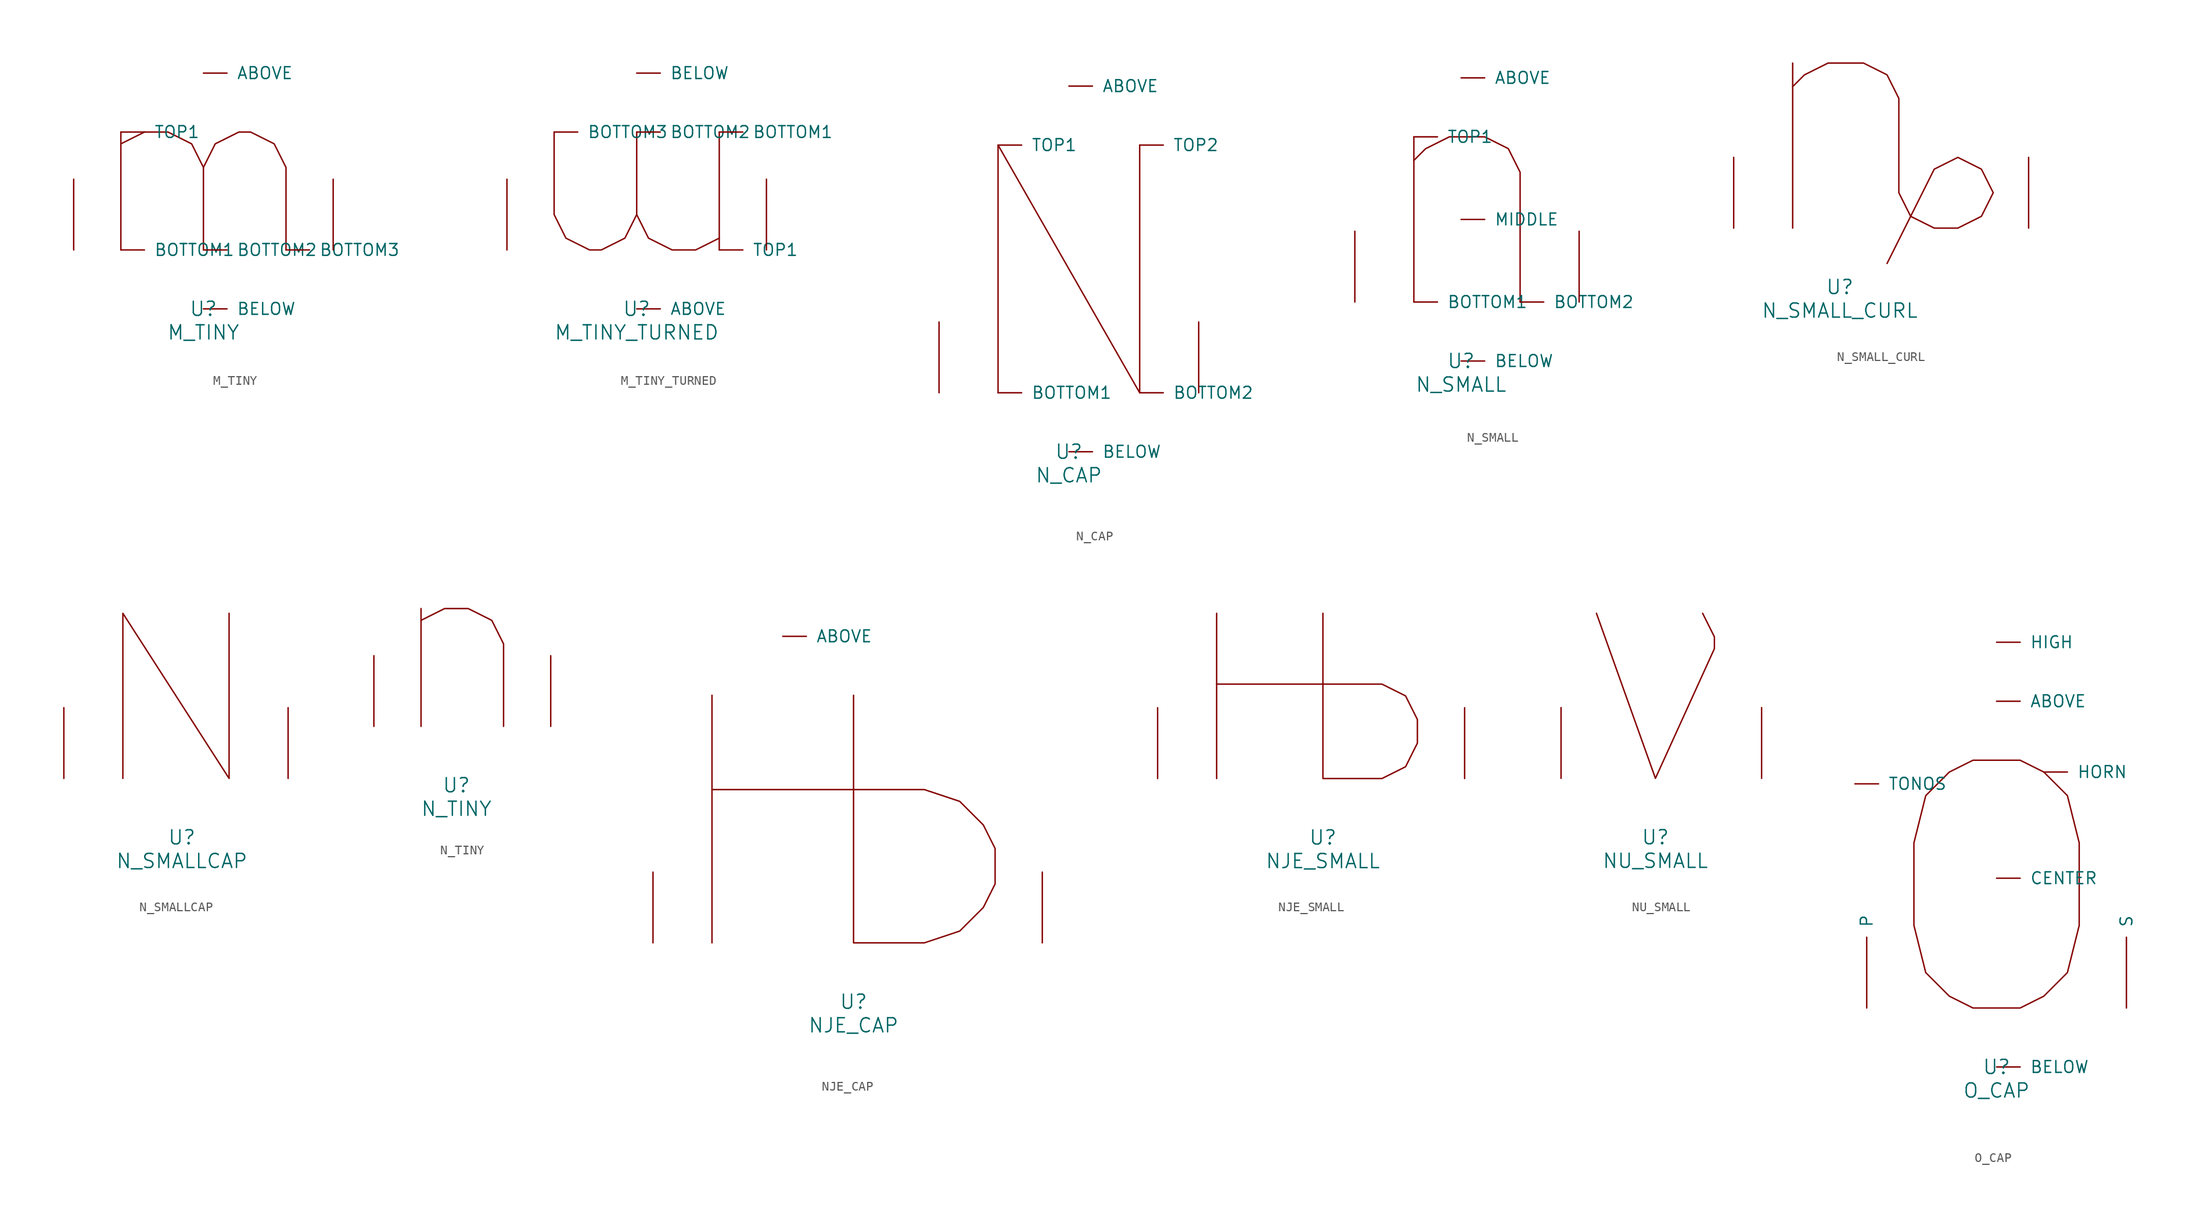
<source format=kicad_sym>
(kicad_symbol_lib
  (version 20220914)
  (generator font_lib2sym)
  (symbol "M_TINY"
    (pin_names
      (offset 1.016))
    (property "Reference" "U"
      (at 0 -6.35 0)
      (effects (font (size 1.524 1.524))))
    (property "Value" "M_TINY"
      (at 0 -8.89 0)
      (effects (font (size 1.524 1.524))))
    (symbol "M_TINY_0_1"
      (polyline (pts (xy -8.89 0) (xy -8.89 12.7)) (stroke (width 0) (type solid)) (fill (type none)))
      (polyline (pts (xy -8.89 11.43) (xy -6.35 12.7) (xy -3.81 12.7) (xy -1.27 11.43) (xy 0 8.89) (xy 0 0)) (stroke (width 0) (type solid)) (fill (type none)))
      (polyline (pts (xy 0 8.89) (xy 1.27 11.43) (xy 3.81 12.7) (xy 5.08 12.7) (xy 7.62 11.43) (xy 8.89 8.89) (xy 8.89 0)) (stroke (width 0) (type solid)) (fill (type none)))
      (pin input line (at 0 19.05 0) (length 2.54) (name "ABOVE" (effects (font (size 1.27 1.27)))) (number "~" (effects (font (size 1.27 1.27)))))
      (pin input line (at 0 -6.35 0) (length 2.54) (name "BELOW" (effects (font (size 1.27 1.27)))) (number "~" (effects (font (size 1.27 1.27)))))
      (pin input line (at -8.89 0 0) (length 2.54) (name "BOTTOM1" (effects (font (size 1.27 1.27)))) (number "~" (effects (font (size 1.27 1.27)))))
      (pin input line (at 0 0 0) (length 2.54) (name "BOTTOM2" (effects (font (size 1.27 1.27)))) (number "~" (effects (font (size 1.27 1.27)))))
      (pin input line (at 8.89 0 0) (length 2.54) (name "BOTTOM3" (effects (font (size 1.27 1.27)))) (number "~" (effects (font (size 1.27 1.27)))))
      (pin input line (at -8.89 12.7 0) (length 2.54) (name "TOP1" (effects (font (size 1.27 1.27)))) (number "~" (effects (font (size 1.27 1.27)))))
      (pin input line (at -13.97 0 90) (length 7.62) (name "~" (effects (font (size 1.27 1.27)))) (number "~" (effects (font (size 1.27 1.27)))))
      (pin input line (at 13.97 0 90) (length 7.62) (name "~" (effects (font (size 1.27 1.27)))) (number "~" (effects (font (size 1.27 1.27)))))))
  (symbol "M_TINY_TURNED"
    (pin_names
      (offset 1.016))
    (property "Reference" "U"
      (at 0 -6.35 0)
      (effects (font (size 1.524 1.524))))
    (property "Value" "M_TINY_TURNED"
      (at 0 -8.89 0)
      (effects (font (size 1.524 1.524))))
    (symbol "M_TINY_TURNED_0_1"
      (polyline (pts (xy 8.89 12.7) (xy 8.89 0)) (stroke (width 0) (type solid)) (fill (type none)))
      (polyline (pts (xy 8.89 1.27) (xy 6.35 0) (xy 3.81 0) (xy 1.27 1.27) (xy 0 3.81) (xy 0 12.7)) (stroke (width 0) (type solid)) (fill (type none)))
      (polyline (pts (xy 0 3.81) (xy -1.27 1.27) (xy -3.81 0) (xy -5.08 0) (xy -7.62 1.27) (xy -8.89 3.81) (xy -8.89 12.7)) (stroke (width 0) (type solid)) (fill (type none)))
      (pin input line (at 0 -6.35 0) (length 2.54) (name "ABOVE" (effects (font (size 1.27 1.27)))) (number "~" (effects (font (size 1.27 1.27)))))
      (pin input line (at 0 19.05 0) (length 2.54) (name "BELOW" (effects (font (size 1.27 1.27)))) (number "~" (effects (font (size 1.27 1.27)))))
      (pin input line (at 8.89 12.7 0) (length 2.54) (name "BOTTOM1" (effects (font (size 1.27 1.27)))) (number "~" (effects (font (size 1.27 1.27)))))
      (pin input line (at 0 12.7 0) (length 2.54) (name "BOTTOM2" (effects (font (size 1.27 1.27)))) (number "~" (effects (font (size 1.27 1.27)))))
      (pin input line (at -8.89 12.7 0) (length 2.54) (name "BOTTOM3" (effects (font (size 1.27 1.27)))) (number "~" (effects (font (size 1.27 1.27)))))
      (pin input line (at 8.89 0 0) (length 2.54) (name "TOP1" (effects (font (size 1.27 1.27)))) (number "~" (effects (font (size 1.27 1.27)))))
      (pin input line (at -13.97 0 90) (length 7.62) (name "~" (effects (font (size 1.27 1.27)))) (number "~" (effects (font (size 1.27 1.27)))))
      (pin input line (at 13.97 0 90) (length 7.62) (name "~" (effects (font (size 1.27 1.27)))) (number "~" (effects (font (size 1.27 1.27)))))))
  (symbol "N_CAP"
    (pin_names
      (offset 1.016))
    (property "Reference" "U"
      (at 0 -6.35 0)
      (effects (font (size 1.524 1.524))))
    (property "Value" "N_CAP"
      (at 0 -8.89 0)
      (effects (font (size 1.524 1.524))))
    (symbol "N_CAP_0_1"
      (polyline (pts (xy -7.62 0) (xy -7.62 26.67) (xy 7.62 0) (xy 7.62 26.67)) (stroke (width 0) (type solid)) (fill (type none)))
      (pin input line (at 0 33.02 0) (length 2.54) (name "ABOVE" (effects (font (size 1.27 1.27)))) (number "~" (effects (font (size 1.27 1.27)))))
      (pin input line (at 0 -6.35 0) (length 2.54) (name "BELOW" (effects (font (size 1.27 1.27)))) (number "~" (effects (font (size 1.27 1.27)))))
      (pin input line (at -7.62 0 0) (length 2.54) (name "BOTTOM1" (effects (font (size 1.27 1.27)))) (number "~" (effects (font (size 1.27 1.27)))))
      (pin input line (at 7.62 0 0) (length 2.54) (name "BOTTOM2" (effects (font (size 1.27 1.27)))) (number "~" (effects (font (size 1.27 1.27)))))
      (pin input line (at -7.62 26.67 0) (length 2.54) (name "TOP1" (effects (font (size 1.27 1.27)))) (number "~" (effects (font (size 1.27 1.27)))))
      (pin input line (at 7.62 26.67 0) (length 2.54) (name "TOP2" (effects (font (size 1.27 1.27)))) (number "~" (effects (font (size 1.27 1.27)))))
      (pin input line (at -13.97 0 90) (length 7.62) (name "~" (effects (font (size 1.27 1.27)))) (number "~" (effects (font (size 1.27 1.27)))))
      (pin input line (at 13.97 0 90) (length 7.62) (name "~" (effects (font (size 1.27 1.27)))) (number "~" (effects (font (size 1.27 1.27)))))))
  (symbol "N_SMALL"
    (pin_names
      (offset 1.016))
    (property "Reference" "U"
      (at 0 -6.35 0)
      (effects (font (size 1.524 1.524))))
    (property "Value" "N_SMALL"
      (at 0 -8.89 0)
      (effects (font (size 1.524 1.524))))
    (symbol "N_SMALL_0_1"
      (polyline (pts (xy -5.08 17.78) (xy -5.08 0)) (stroke (width 0) (type solid)) (fill (type none)))
      (polyline (pts (xy -5.08 15.24) (xy -3.81 16.51) (xy -1.27 17.78) (xy 2.54 17.78) (xy 5.08 16.51) (xy 6.35 13.97) (xy 6.35 0)) (stroke (width 0) (type solid)) (fill (type none)))
      (pin input line (at 0 24.13 0) (length 2.54) (name "ABOVE" (effects (font (size 1.27 1.27)))) (number "~" (effects (font (size 1.27 1.27)))))
      (pin input line (at 0 -6.35 0) (length 2.54) (name "BELOW" (effects (font (size 1.27 1.27)))) (number "~" (effects (font (size 1.27 1.27)))))
      (pin input line (at -5.08 0 0) (length 2.54) (name "BOTTOM1" (effects (font (size 1.27 1.27)))) (number "~" (effects (font (size 1.27 1.27)))))
      (pin input line (at 6.35 0 0) (length 2.54) (name "BOTTOM2" (effects (font (size 1.27 1.27)))) (number "~" (effects (font (size 1.27 1.27)))))
      (pin input line (at 0 8.89 0) (length 2.54) (name "MIDDLE" (effects (font (size 1.27 1.27)))) (number "~" (effects (font (size 1.27 1.27)))))
      (pin input line (at -5.08 17.78 0) (length 2.54) (name "TOP1" (effects (font (size 1.27 1.27)))) (number "~" (effects (font (size 1.27 1.27)))))
      (pin input line (at -11.43 0 90) (length 7.62) (name "~" (effects (font (size 1.27 1.27)))) (number "~" (effects (font (size 1.27 1.27)))))
      (pin input line (at 12.7 0 90) (length 7.62) (name "~" (effects (font (size 1.27 1.27)))) (number "~" (effects (font (size 1.27 1.27)))))))
  (symbol "N_SMALL_CURL"
    (pin_names
      (offset 1.016))
    (property "Reference" "U"
      (at 0 -6.35 0)
      (effects (font (size 1.524 1.524))))
    (property "Value" "N_SMALL_CURL"
      (at 0 -8.89 0)
      (effects (font (size 1.524 1.524))))
    (symbol "N_SMALL_CURL_0_1"
      (polyline (pts (xy -5.08 17.78) (xy -5.08 0)) (stroke (width 0) (type solid)) (fill (type none)))
      (polyline (pts (xy -5.08 15.24) (xy -3.81 16.51) (xy -1.27 17.78) (xy 2.54 17.78) (xy 5.08 16.51) (xy 6.35 13.97) (xy 6.35 3.81) (xy 7.62 1.27) (xy 10.16 0) (xy 12.7 0) (xy 15.24 1.27) (xy 16.51 3.81) (xy 15.24 6.35) (xy 12.7 7.62) (xy 10.16 6.35) (xy 5.08 -3.81)) (stroke (width 0) (type solid)) (fill (type none)))
      (pin input line (at -11.43 0 90) (length 7.62) (name "~" (effects (font (size 1.27 1.27)))) (number "~" (effects (font (size 1.27 1.27)))))
      (pin input line (at 20.32 0 90) (length 7.62) (name "~" (effects (font (size 1.27 1.27)))) (number "~" (effects (font (size 1.27 1.27)))))))
  (symbol "N_SMALLCAP"
    (pin_names
      (offset 1.016))
    (property "Reference" "U"
      (at 0 -6.35 0)
      (effects (font (size 1.524 1.524))))
    (property "Value" "N_SMALLCAP"
      (at 0 -8.89 0)
      (effects (font (size 1.524 1.524))))
    (symbol "N_SMALLCAP_0_1"
      (polyline (pts (xy -6.35 0) (xy -6.35 17.78) (xy 5.08 0) (xy 5.08 17.78)) (stroke (width 0) (type solid)) (fill (type none)))
      (pin input line (at -12.7 0 90) (length 7.62) (name "~" (effects (font (size 1.27 1.27)))) (number "~" (effects (font (size 1.27 1.27)))))
      (pin input line (at 11.43 0 90) (length 7.62) (name "~" (effects (font (size 1.27 1.27)))) (number "~" (effects (font (size 1.27 1.27)))))))
  (symbol "N_TINY"
    (pin_names
      (offset 1.016))
    (property "Reference" "U"
      (at 0 -6.35 0)
      (effects (font (size 1.524 1.524))))
    (property "Value" "N_TINY"
      (at 0 -8.89 0)
      (effects (font (size 1.524 1.524))))
    (symbol "N_TINY_0_1"
      (polyline (pts (xy -3.81 12.7) (xy -3.81 0)) (stroke (width 0) (type solid)) (fill (type none)))
      (polyline (pts (xy -3.81 11.43) (xy -1.27 12.7) (xy 1.27 12.7) (xy 3.81 11.43) (xy 5.08 8.89) (xy 5.08 0)) (stroke (width 0) (type solid)) (fill (type none)))
      (pin input line (at -8.89 0 90) (length 7.62) (name "~" (effects (font (size 1.27 1.27)))) (number "~" (effects (font (size 1.27 1.27)))))
      (pin input line (at 10.16 0 90) (length 7.62) (name "~" (effects (font (size 1.27 1.27)))) (number "~" (effects (font (size 1.27 1.27)))))))
  (symbol "NJE_CAP"
    (pin_names
      (offset 1.016))
    (property "Reference" "U"
      (at 0 -6.35 0)
      (effects (font (size 1.524 1.524))))
    (property "Value" "NJE_CAP"
      (at 0 -8.89 0)
      (effects (font (size 1.524 1.524))))
    (symbol "NJE_CAP_0_1"
      (polyline (pts (xy -15.24 0) (xy -15.24 26.67)) (stroke (width 0) (type solid)) (fill (type none)))
      (polyline (pts (xy 0 26.67) (xy 0 0) (xy 7.62 0) (xy 11.43 1.27) (xy 13.97 3.81) (xy 15.24 6.35) (xy 15.24 10.16) (xy 13.97 12.7) (xy 11.43 15.24) (xy 7.62 16.51) (xy -15.24 16.51)) (stroke (width 0) (type solid)) (fill (type none)))
      (pin input line (at -7.62 33.02 0) (length 2.54) (name "ABOVE" (effects (font (size 1.27 1.27)))) (number "~" (effects (font (size 1.27 1.27)))))
      (pin input line (at -21.59 0 90) (length 7.62) (name "~" (effects (font (size 1.27 1.27)))) (number "~" (effects (font (size 1.27 1.27)))))
      (pin input line (at 20.32 0 90) (length 7.62) (name "~" (effects (font (size 1.27 1.27)))) (number "~" (effects (font (size 1.27 1.27)))))))
  (symbol "NJE_SMALL"
    (pin_names
      (offset 1.016))
    (property "Reference" "U"
      (at 0 -6.35 0)
      (effects (font (size 1.524 1.524))))
    (property "Value" "NJE_SMALL"
      (at 0 -8.89 0)
      (effects (font (size 1.524 1.524))))
    (symbol "NJE_SMALL_0_1"
      (polyline (pts (xy -11.43 17.78) (xy -11.43 0)) (stroke (width 0) (type solid)) (fill (type none)))
      (polyline (pts (xy 0 17.78) (xy 0 0) (xy 6.35 0) (xy 8.89 1.27) (xy 10.16 3.81) (xy 10.16 6.35) (xy 8.89 8.89) (xy 6.35 10.16) (xy -11.43 10.16)) (stroke (width 0) (type solid)) (fill (type none)))
      (pin input line (at -17.78 0 90) (length 7.62) (name "~" (effects (font (size 1.27 1.27)))) (number "~" (effects (font (size 1.27 1.27)))))
      (pin input line (at 15.24 0 90) (length 7.62) (name "~" (effects (font (size 1.27 1.27)))) (number "~" (effects (font (size 1.27 1.27)))))))
  (symbol "NU_SMALL"
    (pin_names
      (offset 1.016))
    (property "Reference" "U"
      (at 0 -6.35 0)
      (effects (font (size 1.524 1.524))))
    (property "Value" "NU_SMALL"
      (at 0 -8.89 0)
      (effects (font (size 1.524 1.524))))
    (symbol "NU_SMALL_0_1"
      (polyline (pts (xy -6.35 17.78) (xy 0 0) (xy 6.35 13.97) (xy 6.35 15.24) (xy 5.08 17.78)) (stroke (width 0) (type solid)) (fill (type none)))
      (pin input line (at -10.16 0 90) (length 7.62) (name "~" (effects (font (size 1.27 1.27)))) (number "~" (effects (font (size 1.27 1.27)))))
      (pin input line (at 11.43 0 90) (length 7.62) (name "~" (effects (font (size 1.27 1.27)))) (number "~" (effects (font (size 1.27 1.27)))))))
  (symbol "O_CAP"
    (pin_names
      (offset 1.016))
    (property "Reference" "U"
      (at 0 -6.35 0)
      (effects (font (size 1.524 1.524))))
    (property "Value" "O_CAP"
      (at 0 -8.89 0)
      (effects (font (size 1.524 1.524))))
    (symbol "O_CAP_0_1"
      (polyline (pts (xy -2.54 26.67) (xy 2.54 26.67) (xy 5.08 25.4) (xy 7.62 22.86) (xy 8.89 17.78) (xy 8.89 8.89) (xy 7.62 3.81) (xy 5.08 1.27) (xy 2.54 0) (xy -2.54 0) (xy -5.08 1.27) (xy -7.62 3.81) (xy -8.89 8.89) (xy -8.89 17.78) (xy -7.62 22.86) (xy -5.08 25.4) (xy -2.54 26.67)) (stroke (width 0) (type solid)) (fill (type none)))
      (pin input line (at 0 33.02 0) (length 2.54) (name "ABOVE" (effects (font (size 1.27 1.27)))) (number "~" (effects (font (size 1.27 1.27)))))
      (pin input line (at 0 -6.35 0) (length 2.54) (name "BELOW" (effects (font (size 1.27 1.27)))) (number "~" (effects (font (size 1.27 1.27)))))
      (pin input line (at 0 13.97 0) (length 2.54) (name "CENTER" (effects (font (size 1.27 1.27)))) (number "~" (effects (font (size 1.27 1.27)))))
      (pin input line (at 0 39.37 0) (length 2.54) (name "HIGH" (effects (font (size 1.27 1.27)))) (number "~" (effects (font (size 1.27 1.27)))))
      (pin input line (at 5.08 25.4 0) (length 2.54) (name "HORN" (effects (font (size 1.27 1.27)))) (number "~" (effects (font (size 1.27 1.27)))))
      (pin input line (at -13.97 0 90) (length 7.62) (name "P" (effects (font (size 1.27 1.27)))) (number "~" (effects (font (size 1.27 1.27)))))
      (pin input line (at 13.97 0 90) (length 7.62) (name "S" (effects (font (size 1.27 1.27)))) (number "~" (effects (font (size 1.27 1.27)))))
      (pin input line (at -15.24 24.13 0) (length 2.54) (name "TONOS" (effects (font (size 1.27 1.27)))) (number "~" (effects (font (size 1.27 1.27))))))))
</source>
